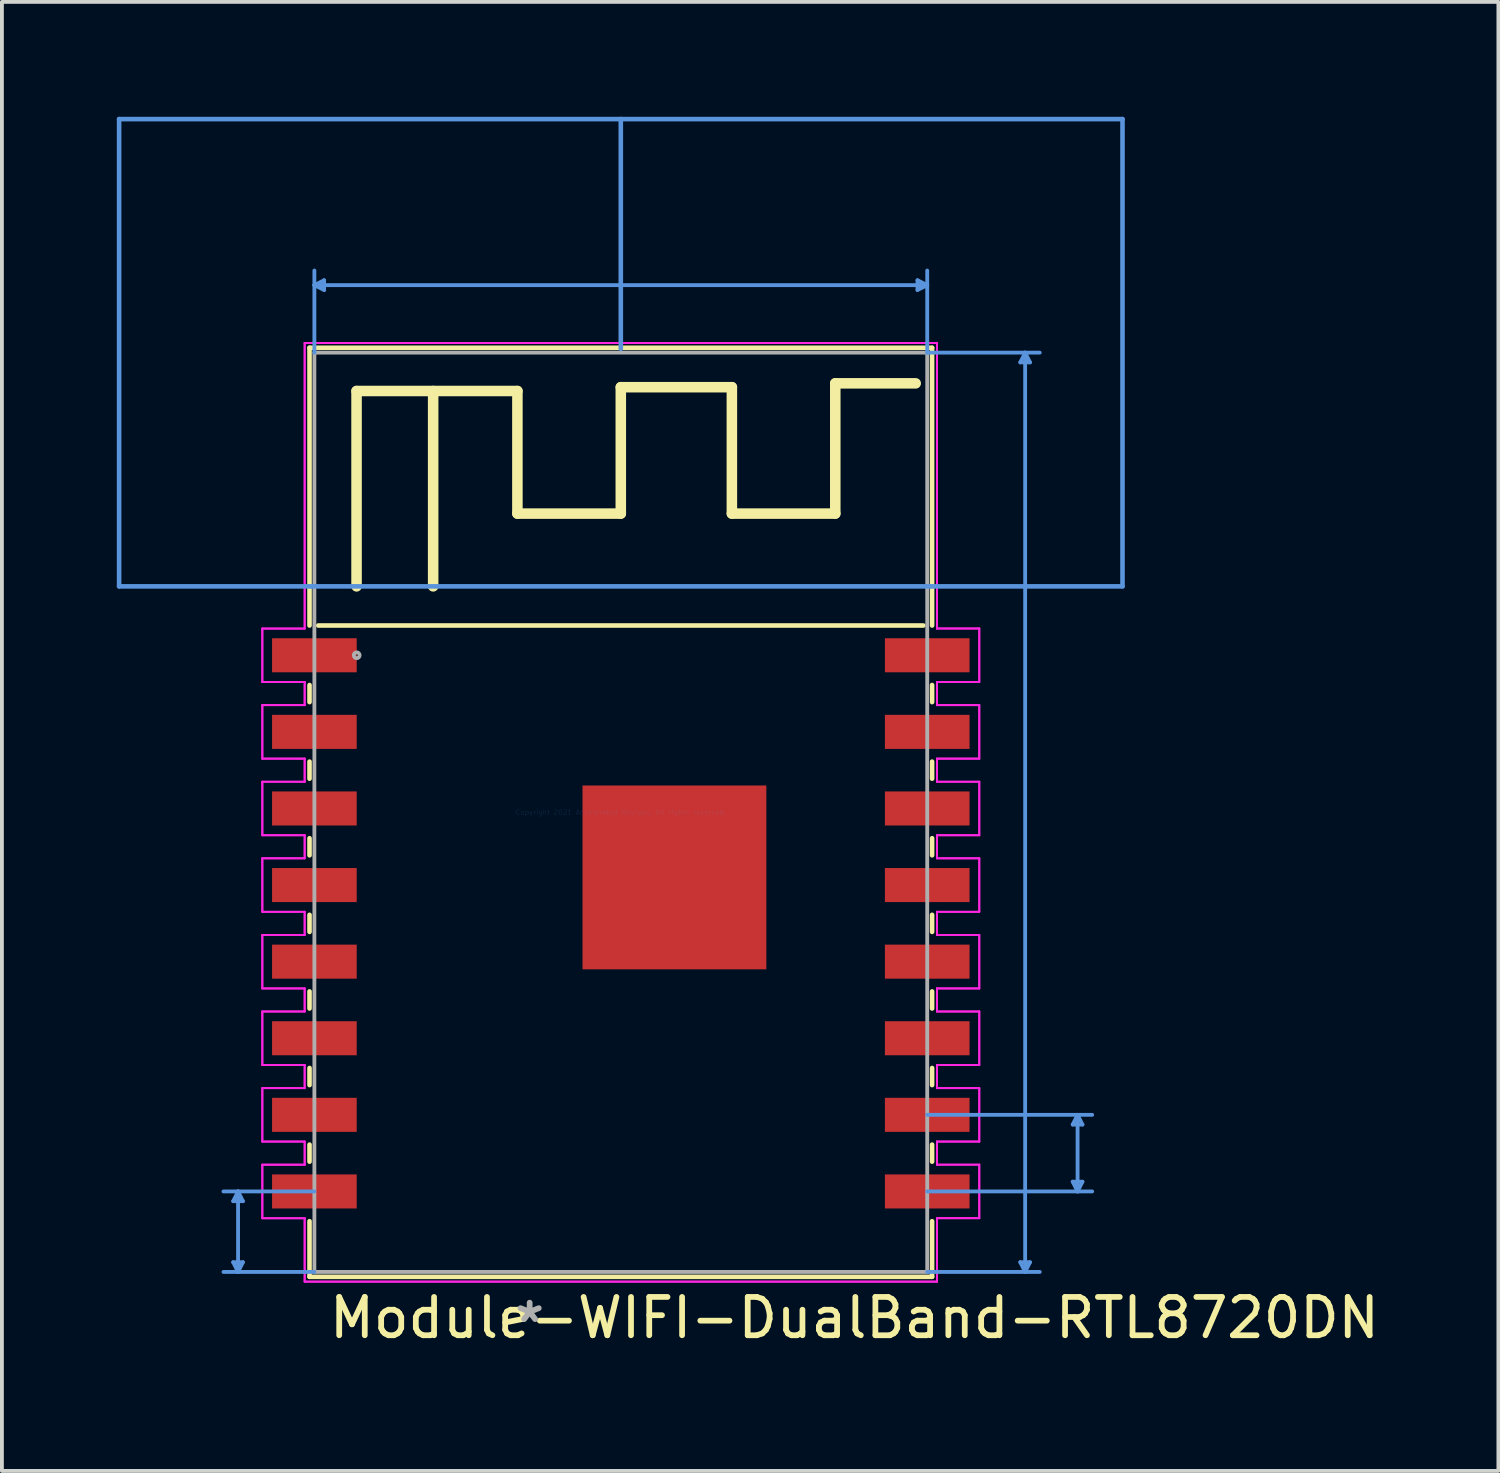
<source format=kicad_pcb>
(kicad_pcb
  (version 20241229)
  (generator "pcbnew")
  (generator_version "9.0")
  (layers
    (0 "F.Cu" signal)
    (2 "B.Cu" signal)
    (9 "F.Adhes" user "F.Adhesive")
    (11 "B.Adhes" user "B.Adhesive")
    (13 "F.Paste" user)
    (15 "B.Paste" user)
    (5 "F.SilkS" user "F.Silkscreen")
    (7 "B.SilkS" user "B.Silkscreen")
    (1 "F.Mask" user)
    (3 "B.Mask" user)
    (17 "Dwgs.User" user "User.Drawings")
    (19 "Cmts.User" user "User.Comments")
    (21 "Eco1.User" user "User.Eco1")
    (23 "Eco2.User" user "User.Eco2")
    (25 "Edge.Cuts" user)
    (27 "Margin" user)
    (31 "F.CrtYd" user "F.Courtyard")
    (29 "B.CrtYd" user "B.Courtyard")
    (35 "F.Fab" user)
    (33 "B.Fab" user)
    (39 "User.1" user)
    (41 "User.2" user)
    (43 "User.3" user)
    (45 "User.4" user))
  (footprint "Module-WIFI-DualBand-RTL8720DN"
    (layer "F.Cu")
    (at 13.16 18.16)
    (property "Reference" "Module-WIFI-DualBand-RTL8720DN" (at 6.1 13.2 0) (layer "F.SilkS") (effects (font (size 1 1) (thickness 0.15))))
    (attr through_hole)
    (fp_line (start -8.128 -12.129) (end 8.128 -12.129) (stroke (width 0.12) (type solid)) (layer "F.SilkS"))
    (fp_line (start -8.128 -4.877) (end -8.128 -12.129) (stroke (width 0.12) (type solid)) (layer "F.SilkS"))
    (fp_line (start -8.128 -2.877) (end -8.128 -3.323) (stroke (width 0.12) (type solid)) (layer "F.SilkS"))
    (fp_line (start -8.128 -0.877) (end -8.128 -1.323) (stroke (width 0.12) (type solid)) (layer "F.SilkS"))
    (fp_line (start -8.128 1.123) (end -8.128 0.677) (stroke (width 0.12) (type solid)) (layer "F.SilkS"))
    (fp_line (start -8.128 3.123) (end -8.128 2.677) (stroke (width 0.12) (type solid)) (layer "F.SilkS"))
    (fp_line (start -8.128 5.123) (end -8.128 4.677) (stroke (width 0.12) (type solid)) (layer "F.SilkS"))
    (fp_line (start -8.128 7.123) (end -8.128 6.677) (stroke (width 0.12) (type solid)) (layer "F.SilkS"))
    (fp_line (start -8.128 9.123) (end -8.128 8.677) (stroke (width 0.12) (type solid)) (layer "F.SilkS"))
    (fp_line (start -8.128 12.129) (end -8.128 10.677) (stroke (width 0.12) (type solid)) (layer "F.SilkS"))
    (fp_line (start -7.9 -4.877) (end 7.9 -4.877) (stroke (width 0.12) (type solid)) (layer "F.SilkS"))
    (fp_line (start -6.9 -11) (end -2.7 -11) (stroke (width 0.275) (type solid)) (layer "F.SilkS"))
    (fp_line (start -6.9 -5.9) (end -6.9 -11) (stroke (width 0.275) (type solid)) (layer "F.SilkS"))
    (fp_line (start -4.9 -11) (end -4.9 -5.9) (stroke (width 0.275) (type solid)) (layer "F.SilkS"))
    (fp_line (start -2.7 -11) (end -2.7 -7.8) (stroke (width 0.275) (type solid)) (layer "F.SilkS"))
    (fp_line (start -2.7 -7.8) (end 0 -7.8) (stroke (width 0.275) (type solid)) (layer "F.SilkS"))
    (fp_line (start 0 -11.1) (end 2.9 -11.1) (stroke (width 0.275) (type solid)) (layer "F.SilkS"))
    (fp_line (start 0 -7.8) (end 0 -11.1) (stroke (width 0.275) (type solid)) (layer "F.SilkS"))
    (fp_line (start 2.9 -11.1) (end 2.9 -7.8) (stroke (width 0.275) (type solid)) (layer "F.SilkS"))
    (fp_line (start 2.9 -7.8) (end 5.6 -7.8) (stroke (width 0.275) (type solid)) (layer "F.SilkS"))
    (fp_line (start 5.6 -11.2) (end 7.7 -11.2) (stroke (width 0.275) (type solid)) (layer "F.SilkS"))
    (fp_line (start 5.6 -7.8) (end 5.6 -11.2) (stroke (width 0.275) (type solid)) (layer "F.SilkS"))
    (fp_line (start 8.128 -12.129) (end 8.128 -4.877) (stroke (width 0.12) (type solid)) (layer "F.SilkS"))
    (fp_line (start 8.128 -3.323) (end 8.128 -2.877) (stroke (width 0.12) (type solid)) (layer "F.SilkS"))
    (fp_line (start 8.128 -1.323) (end 8.128 -0.877) (stroke (width 0.12) (type solid)) (layer "F.SilkS"))
    (fp_line (start 8.128 0.677) (end 8.128 1.123) (stroke (width 0.12) (type solid)) (layer "F.SilkS"))
    (fp_line (start 8.128 2.677) (end 8.128 3.123) (stroke (width 0.12) (type solid)) (layer "F.SilkS"))
    (fp_line (start 8.128 4.677) (end 8.128 5.123) (stroke (width 0.12) (type solid)) (layer "F.SilkS"))
    (fp_line (start 8.128 6.677) (end 8.128 7.123) (stroke (width 0.12) (type solid)) (layer "F.SilkS"))
    (fp_line (start 8.128 8.677) (end 8.128 9.123) (stroke (width 0.12) (type solid)) (layer "F.SilkS"))
    (fp_line (start 8.128 10.677) (end 8.128 12.129) (stroke (width 0.12) (type solid)) (layer "F.SilkS"))
    (fp_line (start 8.128 12.129) (end -8.128 12.129) (stroke (width 0.12) (type solid)) (layer "F.SilkS"))
    (fp_line (start -13.1 -18.1) (end 0 -18.1) (stroke (width 0.12) (type solid)) (layer "Cmts.User"))
    (fp_line (start -13.1 -5.9) (end -13.1 -18.1) (stroke (width 0.12) (type solid)) (layer "Cmts.User"))
    (fp_line (start -10.121 11.748) (end -9.994 12.002) (stroke (width 0.1) (type solid)) (layer "Cmts.User"))
    (fp_line (start -10.121 10.154) (end -9.994 9.9) (stroke (width 0.1) (type solid)) (layer "Cmts.User"))
    (fp_line (start -10.121 10.154) (end -9.867 10.154) (stroke (width 0.1) (type solid)) (layer "Cmts.User"))
    (fp_line (start -9.994 9.9) (end -9.994 12.002) (stroke (width 0.1) (type solid)) (layer "Cmts.User"))
    (fp_line (start -9.867 11.748) (end -10.121 11.748) (stroke (width 0.1) (type solid)) (layer "Cmts.User"))
    (fp_line (start -9.867 11.748) (end -9.994 12.002) (stroke (width 0.1) (type solid)) (layer "Cmts.User"))
    (fp_line (start -9.867 10.154) (end -9.994 9.9) (stroke (width 0.1) (type solid)) (layer "Cmts.User"))
    (fp_line (start -8.1 -5.9) (end -13.1 -5.9) (stroke (width 0.12) (type solid)) (layer "Cmts.User"))
    (fp_line (start -8.1 -5.9) (end 8.1 -5.9) (stroke (width 0.12) (type solid)) (layer "Cmts.User"))
    (fp_line (start -8.001 -13.765) (end 8.001 -13.765) (stroke (width 0.1) (type solid)) (layer "Cmts.User"))
    (fp_line (start -8.001 -12.002) (end -8.001 -14.146) (stroke (width 0.1) (type solid)) (layer "Cmts.User"))
    (fp_line (start -8.001 9.9) (end -10.375 9.9) (stroke (width 0.1) (type solid)) (layer "Cmts.User"))
    (fp_line (start -8.001 12.002) (end -10.375 12.002) (stroke (width 0.1) (type solid)) (layer "Cmts.User"))
    (fp_line (start -7.747 -13.892) (end -8.001 -13.765) (stroke (width 0.1) (type solid)) (layer "Cmts.User"))
    (fp_line (start -7.747 -13.638) (end -8.001 -13.765) (stroke (width 0.1) (type solid)) (layer "Cmts.User"))
    (fp_line (start -7.747 -13.638) (end -7.747 -13.892) (stroke (width 0.1) (type solid)) (layer "Cmts.User"))
    (fp_line (start 0 -18.1) (end 13.1 -18.1) (stroke (width 0.12) (type solid)) (layer "Cmts.User"))
    (fp_line (start 0 -12.1) (end 0 -18.1) (stroke (width 0.12) (type solid)) (layer "Cmts.User"))
    (fp_line (start 7.747 -13.892) (end 7.747 -13.638) (stroke (width 0.1) (type solid)) (layer "Cmts.User"))
    (fp_line (start 7.747 -13.892) (end 8.001 -13.765) (stroke (width 0.1) (type solid)) (layer "Cmts.User"))
    (fp_line (start 7.747 -13.638) (end 8.001 -13.765) (stroke (width 0.1) (type solid)) (layer "Cmts.User"))
    (fp_line (start 8.001 -12.002) (end 8.001 -14.146) (stroke (width 0.1) (type solid)) (layer "Cmts.User"))
    (fp_line (start 8.001 -12.002) (end 10.939 -12.002) (stroke (width 0.1) (type solid)) (layer "Cmts.User"))
    (fp_line (start 8.001 7.9) (end 12.308 7.9) (stroke (width 0.1) (type solid)) (layer "Cmts.User"))
    (fp_line (start 8.001 9.9) (end 12.308 9.9) (stroke (width 0.1) (type solid)) (layer "Cmts.User"))
    (fp_line (start 8.001 12.002) (end 10.939 12.002) (stroke (width 0.1) (type solid)) (layer "Cmts.User"))
    (fp_line (start 8.1 -5.9) (end 13.1 -5.9) (stroke (width 0.12) (type solid)) (layer "Cmts.User"))
    (fp_line (start 10.431 11.748) (end 10.558 12.002) (stroke (width 0.1) (type solid)) (layer "Cmts.User"))
    (fp_line (start 10.431 -11.748) (end 10.558 -12.002) (stroke (width 0.1) (type solid)) (layer "Cmts.User"))
    (fp_line (start 10.431 -11.748) (end 10.685 -11.748) (stroke (width 0.1) (type solid)) (layer "Cmts.User"))
    (fp_line (start 10.558 -12.002) (end 10.558 12.002) (stroke (width 0.1) (type solid)) (layer "Cmts.User"))
    (fp_line (start 10.685 11.748) (end 10.431 11.748) (stroke (width 0.1) (type solid)) (layer "Cmts.User"))
    (fp_line (start 10.685 11.748) (end 10.558 12.002) (stroke (width 0.1) (type solid)) (layer "Cmts.User"))
    (fp_line (start 10.685 -11.748) (end 10.558 -12.002) (stroke (width 0.1) (type solid)) (layer "Cmts.User"))
    (fp_line (start 11.8 9.646) (end 11.927 9.9) (stroke (width 0.1) (type solid)) (layer "Cmts.User"))
    (fp_line (start 11.8 8.154) (end 11.927 7.9) (stroke (width 0.1) (type solid)) (layer "Cmts.User"))
    (fp_line (start 11.8 8.154) (end 12.054 8.154) (stroke (width 0.1) (type solid)) (layer "Cmts.User"))
    (fp_line (start 11.927 9.9) (end 11.927 7.9) (stroke (width 0.1) (type solid)) (layer "Cmts.User"))
    (fp_line (start 12.054 9.646) (end 11.8 9.646) (stroke (width 0.1) (type solid)) (layer "Cmts.User"))
    (fp_line (start 12.054 9.646) (end 11.927 9.9) (stroke (width 0.1) (type solid)) (layer "Cmts.User"))
    (fp_line (start 12.054 8.154) (end 11.927 7.9) (stroke (width 0.1) (type solid)) (layer "Cmts.User"))
    (fp_line (start 13.1 -18.1) (end 13.1 -5.9) (stroke (width 0.12) (type solid)) (layer "Cmts.User"))
    (fp_line (start -9.36 -4.798) (end -9.36 -3.401) (stroke (width 0.05) (type solid)) (layer "F.CrtYd"))
    (fp_line (start -9.36 -4.798) (end -9.36 -3.401) (stroke (width 0.05) (type solid)) (layer "F.CrtYd"))
    (fp_line (start -9.36 -3.401) (end -8.255 -3.401) (stroke (width 0.05) (type solid)) (layer "F.CrtYd"))
    (fp_line (start -9.36 -3.401) (end -8.255 -3.401) (stroke (width 0.05) (type solid)) (layer "F.CrtYd"))
    (fp_line (start -9.36 -2.799) (end -9.36 -1.401) (stroke (width 0.05) (type solid)) (layer "F.CrtYd"))
    (fp_line (start -9.36 -2.799) (end -9.36 -1.401) (stroke (width 0.05) (type solid)) (layer "F.CrtYd"))
    (fp_line (start -9.36 -1.401) (end -8.255 -1.401) (stroke (width 0.05) (type solid)) (layer "F.CrtYd"))
    (fp_line (start -9.36 -1.401) (end -8.255 -1.401) (stroke (width 0.05) (type solid)) (layer "F.CrtYd"))
    (fp_line (start -9.36 -0.798) (end -9.36 0.599) (stroke (width 0.05) (type solid)) (layer "F.CrtYd"))
    (fp_line (start -9.36 -0.798) (end -9.36 0.599) (stroke (width 0.05) (type solid)) (layer "F.CrtYd"))
    (fp_line (start -9.36 0.599) (end -8.255 0.599) (stroke (width 0.05) (type solid)) (layer "F.CrtYd"))
    (fp_line (start -9.36 0.599) (end -8.255 0.599) (stroke (width 0.05) (type solid)) (layer "F.CrtYd"))
    (fp_line (start -9.36 1.201) (end -9.36 2.598) (stroke (width 0.05) (type solid)) (layer "F.CrtYd"))
    (fp_line (start -9.36 1.201) (end -9.36 2.598) (stroke (width 0.05) (type solid)) (layer "F.CrtYd"))
    (fp_line (start -9.36 2.598) (end -8.255 2.598) (stroke (width 0.05) (type solid)) (layer "F.CrtYd"))
    (fp_line (start -9.36 2.598) (end -8.255 2.598) (stroke (width 0.05) (type solid)) (layer "F.CrtYd"))
    (fp_line (start -9.36 3.202) (end -9.36 4.599) (stroke (width 0.05) (type solid)) (layer "F.CrtYd"))
    (fp_line (start -9.36 3.202) (end -9.36 4.599) (stroke (width 0.05) (type solid)) (layer "F.CrtYd"))
    (fp_line (start -9.36 4.599) (end -8.255 4.599) (stroke (width 0.05) (type solid)) (layer "F.CrtYd"))
    (fp_line (start -9.36 4.599) (end -8.255 4.599) (stroke (width 0.05) (type solid)) (layer "F.CrtYd"))
    (fp_line (start -9.36 5.201) (end -9.36 6.598) (stroke (width 0.05) (type solid)) (layer "F.CrtYd"))
    (fp_line (start -9.36 5.201) (end -9.36 6.598) (stroke (width 0.05) (type solid)) (layer "F.CrtYd"))
    (fp_line (start -9.36 6.598) (end -8.255 6.598) (stroke (width 0.05) (type solid)) (layer "F.CrtYd"))
    (fp_line (start -9.36 6.598) (end -8.255 6.598) (stroke (width 0.05) (type solid)) (layer "F.CrtYd"))
    (fp_line (start -9.36 7.202) (end -9.36 8.598) (stroke (width 0.05) (type solid)) (layer "F.CrtYd"))
    (fp_line (start -9.36 7.202) (end -9.36 8.598) (stroke (width 0.05) (type solid)) (layer "F.CrtYd"))
    (fp_line (start -9.36 8.598) (end -8.255 8.598) (stroke (width 0.05) (type solid)) (layer "F.CrtYd"))
    (fp_line (start -9.36 8.598) (end -8.255 8.598) (stroke (width 0.05) (type solid)) (layer "F.CrtYd"))
    (fp_line (start -9.36 9.202) (end -9.36 10.599) (stroke (width 0.05) (type solid)) (layer "F.CrtYd"))
    (fp_line (start -9.36 9.202) (end -9.36 10.599) (stroke (width 0.05) (type solid)) (layer "F.CrtYd"))
    (fp_line (start -9.36 10.599) (end -8.255 10.599) (stroke (width 0.05) (type solid)) (layer "F.CrtYd"))
    (fp_line (start -9.36 10.599) (end -8.255 10.599) (stroke (width 0.05) (type solid)) (layer "F.CrtYd"))
    (fp_line (start -8.255 -12.255) (end -8.255 -4.798) (stroke (width 0.05) (type solid)) (layer "F.CrtYd"))
    (fp_line (start -8.255 -12.255) (end -8.255 -4.798) (stroke (width 0.05) (type solid)) (layer "F.CrtYd"))
    (fp_line (start -8.255 -4.798) (end -9.36 -4.798) (stroke (width 0.05) (type solid)) (layer "F.CrtYd"))
    (fp_line (start -8.255 -4.798) (end -9.36 -4.798) (stroke (width 0.05) (type solid)) (layer "F.CrtYd"))
    (fp_line (start -8.255 -3.401) (end -8.255 -2.799) (stroke (width 0.05) (type solid)) (layer "F.CrtYd"))
    (fp_line (start -8.255 -3.401) (end -8.255 -2.799) (stroke (width 0.05) (type solid)) (layer "F.CrtYd"))
    (fp_line (start -8.255 -2.799) (end -9.36 -2.799) (stroke (width 0.05) (type solid)) (layer "F.CrtYd"))
    (fp_line (start -8.255 -2.799) (end -9.36 -2.799) (stroke (width 0.05) (type solid)) (layer "F.CrtYd"))
    (fp_line (start -8.255 -1.401) (end -8.255 -0.798) (stroke (width 0.05) (type solid)) (layer "F.CrtYd"))
    (fp_line (start -8.255 -1.401) (end -8.255 -0.798) (stroke (width 0.05) (type solid)) (layer "F.CrtYd"))
    (fp_line (start -8.255 -0.798) (end -9.36 -0.798) (stroke (width 0.05) (type solid)) (layer "F.CrtYd"))
    (fp_line (start -8.255 -0.798) (end -9.36 -0.798) (stroke (width 0.05) (type solid)) (layer "F.CrtYd"))
    (fp_line (start -8.255 0.599) (end -8.255 1.201) (stroke (width 0.05) (type solid)) (layer "F.CrtYd"))
    (fp_line (start -8.255 0.599) (end -8.255 1.201) (stroke (width 0.05) (type solid)) (layer "F.CrtYd"))
    (fp_line (start -8.255 1.201) (end -9.36 1.201) (stroke (width 0.05) (type solid)) (layer "F.CrtYd"))
    (fp_line (start -8.255 1.201) (end -9.36 1.201) (stroke (width 0.05) (type solid)) (layer "F.CrtYd"))
    (fp_line (start -8.255 2.598) (end -8.255 3.202) (stroke (width 0.05) (type solid)) (layer "F.CrtYd"))
    (fp_line (start -8.255 2.598) (end -8.255 3.202) (stroke (width 0.05) (type solid)) (layer "F.CrtYd"))
    (fp_line (start -8.255 3.202) (end -9.36 3.202) (stroke (width 0.05) (type solid)) (layer "F.CrtYd"))
    (fp_line (start -8.255 3.202) (end -9.36 3.202) (stroke (width 0.05) (type solid)) (layer "F.CrtYd"))
    (fp_line (start -8.255 4.599) (end -8.255 5.201) (stroke (width 0.05) (type solid)) (layer "F.CrtYd"))
    (fp_line (start -8.255 4.599) (end -8.255 5.201) (stroke (width 0.05) (type solid)) (layer "F.CrtYd"))
    (fp_line (start -8.255 5.201) (end -9.36 5.201) (stroke (width 0.05) (type solid)) (layer "F.CrtYd"))
    (fp_line (start -8.255 5.201) (end -9.36 5.201) (stroke (width 0.05) (type solid)) (layer "F.CrtYd"))
    (fp_line (start -8.255 6.598) (end -8.255 7.202) (stroke (width 0.05) (type solid)) (layer "F.CrtYd"))
    (fp_line (start -8.255 6.598) (end -8.255 7.202) (stroke (width 0.05) (type solid)) (layer "F.CrtYd"))
    (fp_line (start -8.255 7.202) (end -9.36 7.202) (stroke (width 0.05) (type solid)) (layer "F.CrtYd"))
    (fp_line (start -8.255 7.202) (end -9.36 7.202) (stroke (width 0.05) (type solid)) (layer "F.CrtYd"))
    (fp_line (start -8.255 8.598) (end -8.255 9.202) (stroke (width 0.05) (type solid)) (layer "F.CrtYd"))
    (fp_line (start -8.255 8.598) (end -8.255 9.202) (stroke (width 0.05) (type solid)) (layer "F.CrtYd"))
    (fp_line (start -8.255 9.202) (end -9.36 9.202) (stroke (width 0.05) (type solid)) (layer "F.CrtYd"))
    (fp_line (start -8.255 9.202) (end -9.36 9.202) (stroke (width 0.05) (type solid)) (layer "F.CrtYd"))
    (fp_line (start -8.255 10.599) (end -8.255 12.255) (stroke (width 0.05) (type solid)) (layer "F.CrtYd"))
    (fp_line (start -8.255 10.599) (end -8.255 12.255) (stroke (width 0.05) (type solid)) (layer "F.CrtYd"))
    (fp_line (start -8.255 12.255) (end 8.255 12.255) (stroke (width 0.05) (type solid)) (layer "F.CrtYd"))
    (fp_line (start -8.255 12.255) (end 8.255 12.255) (stroke (width 0.05) (type solid)) (layer "F.CrtYd"))
    (fp_line (start 8.255 -12.255) (end -8.255 -12.255) (stroke (width 0.05) (type solid)) (layer "F.CrtYd"))
    (fp_line (start 8.255 -12.255) (end -8.255 -12.255) (stroke (width 0.05) (type solid)) (layer "F.CrtYd"))
    (fp_line (start 8.255 -4.799) (end 8.255 -12.255) (stroke (width 0.05) (type solid)) (layer "F.CrtYd"))
    (fp_line (start 8.255 -4.799) (end 8.255 -12.255) (stroke (width 0.05) (type solid)) (layer "F.CrtYd"))
    (fp_line (start 8.255 -3.402) (end 9.36 -3.402) (stroke (width 0.05) (type solid)) (layer "F.CrtYd"))
    (fp_line (start 8.255 -3.402) (end 9.36 -3.402) (stroke (width 0.05) (type solid)) (layer "F.CrtYd"))
    (fp_line (start 8.255 -2.799) (end 8.255 -3.402) (stroke (width 0.05) (type solid)) (layer "F.CrtYd"))
    (fp_line (start 8.255 -2.799) (end 8.255 -3.402) (stroke (width 0.05) (type solid)) (layer "F.CrtYd"))
    (fp_line (start 8.255 -1.401) (end 9.36 -1.401) (stroke (width 0.05) (type solid)) (layer "F.CrtYd"))
    (fp_line (start 8.255 -1.401) (end 9.36 -1.401) (stroke (width 0.05) (type solid)) (layer "F.CrtYd"))
    (fp_line (start 8.255 -0.798) (end 8.255 -1.401) (stroke (width 0.05) (type solid)) (layer "F.CrtYd"))
    (fp_line (start 8.255 -0.798) (end 8.255 -1.401) (stroke (width 0.05) (type solid)) (layer "F.CrtYd"))
    (fp_line (start 8.255 0.599) (end 9.36 0.599) (stroke (width 0.05) (type solid)) (layer "F.CrtYd"))
    (fp_line (start 8.255 0.599) (end 9.36 0.599) (stroke (width 0.05) (type solid)) (layer "F.CrtYd"))
    (fp_line (start 8.255 1.201) (end 8.255 0.599) (stroke (width 0.05) (type solid)) (layer "F.CrtYd"))
    (fp_line (start 8.255 1.201) (end 8.255 0.599) (stroke (width 0.05) (type solid)) (layer "F.CrtYd"))
    (fp_line (start 8.255 2.598) (end 9.36 2.598) (stroke (width 0.05) (type solid)) (layer "F.CrtYd"))
    (fp_line (start 8.255 2.598) (end 9.36 2.598) (stroke (width 0.05) (type solid)) (layer "F.CrtYd"))
    (fp_line (start 8.255 3.202) (end 8.255 2.598) (stroke (width 0.05) (type solid)) (layer "F.CrtYd"))
    (fp_line (start 8.255 3.202) (end 8.255 2.598) (stroke (width 0.05) (type solid)) (layer "F.CrtYd"))
    (fp_line (start 8.255 4.599) (end 9.36 4.599) (stroke (width 0.05) (type solid)) (layer "F.CrtYd"))
    (fp_line (start 8.255 4.599) (end 9.36 4.599) (stroke (width 0.05) (type solid)) (layer "F.CrtYd"))
    (fp_line (start 8.255 5.201) (end 8.255 4.599) (stroke (width 0.05) (type solid)) (layer "F.CrtYd"))
    (fp_line (start 8.255 5.201) (end 8.255 4.599) (stroke (width 0.05) (type solid)) (layer "F.CrtYd"))
    (fp_line (start 8.255 6.598) (end 9.36 6.598) (stroke (width 0.05) (type solid)) (layer "F.CrtYd"))
    (fp_line (start 8.255 6.598) (end 9.36 6.598) (stroke (width 0.05) (type solid)) (layer "F.CrtYd"))
    (fp_line (start 8.255 7.202) (end 8.255 6.598) (stroke (width 0.05) (type solid)) (layer "F.CrtYd"))
    (fp_line (start 8.255 7.202) (end 8.255 6.598) (stroke (width 0.05) (type solid)) (layer "F.CrtYd"))
    (fp_line (start 8.255 8.598) (end 9.36 8.598) (stroke (width 0.05) (type solid)) (layer "F.CrtYd"))
    (fp_line (start 8.255 8.598) (end 9.36 8.598) (stroke (width 0.05) (type solid)) (layer "F.CrtYd"))
    (fp_line (start 8.255 9.201) (end 8.255 8.598) (stroke (width 0.05) (type solid)) (layer "F.CrtYd"))
    (fp_line (start 8.255 9.201) (end 8.255 8.598) (stroke (width 0.05) (type solid)) (layer "F.CrtYd"))
    (fp_line (start 8.255 10.598) (end 9.36 10.598) (stroke (width 0.05) (type solid)) (layer "F.CrtYd"))
    (fp_line (start 8.255 10.598) (end 9.36 10.598) (stroke (width 0.05) (type solid)) (layer "F.CrtYd"))
    (fp_line (start 8.255 12.255) (end 8.255 10.598) (stroke (width 0.05) (type solid)) (layer "F.CrtYd"))
    (fp_line (start 8.255 12.255) (end 8.255 10.598) (stroke (width 0.05) (type solid)) (layer "F.CrtYd"))
    (fp_line (start 9.36 -4.799) (end 8.255 -4.799) (stroke (width 0.05) (type solid)) (layer "F.CrtYd"))
    (fp_line (start 9.36 -4.799) (end 8.255 -4.799) (stroke (width 0.05) (type solid)) (layer "F.CrtYd"))
    (fp_line (start 9.36 -3.402) (end 9.36 -4.799) (stroke (width 0.05) (type solid)) (layer "F.CrtYd"))
    (fp_line (start 9.36 -3.402) (end 9.36 -4.799) (stroke (width 0.05) (type solid)) (layer "F.CrtYd"))
    (fp_line (start 9.36 -2.799) (end 8.255 -2.799) (stroke (width 0.05) (type solid)) (layer "F.CrtYd"))
    (fp_line (start 9.36 -2.799) (end 8.255 -2.799) (stroke (width 0.05) (type solid)) (layer "F.CrtYd"))
    (fp_line (start 9.36 -1.401) (end 9.36 -2.799) (stroke (width 0.05) (type solid)) (layer "F.CrtYd"))
    (fp_line (start 9.36 -1.401) (end 9.36 -2.799) (stroke (width 0.05) (type solid)) (layer "F.CrtYd"))
    (fp_line (start 9.36 -0.798) (end 8.255 -0.798) (stroke (width 0.05) (type solid)) (layer "F.CrtYd"))
    (fp_line (start 9.36 -0.798) (end 8.255 -0.798) (stroke (width 0.05) (type solid)) (layer "F.CrtYd"))
    (fp_line (start 9.36 0.599) (end 9.36 -0.798) (stroke (width 0.05) (type solid)) (layer "F.CrtYd"))
    (fp_line (start 9.36 0.599) (end 9.36 -0.798) (stroke (width 0.05) (type solid)) (layer "F.CrtYd"))
    (fp_line (start 9.36 1.201) (end 8.255 1.201) (stroke (width 0.05) (type solid)) (layer "F.CrtYd"))
    (fp_line (start 9.36 1.201) (end 8.255 1.201) (stroke (width 0.05) (type solid)) (layer "F.CrtYd"))
    (fp_line (start 9.36 2.598) (end 9.36 1.201) (stroke (width 0.05) (type solid)) (layer "F.CrtYd"))
    (fp_line (start 9.36 2.598) (end 9.36 1.201) (stroke (width 0.05) (type solid)) (layer "F.CrtYd"))
    (fp_line (start 9.36 3.202) (end 8.255 3.202) (stroke (width 0.05) (type solid)) (layer "F.CrtYd"))
    (fp_line (start 9.36 3.202) (end 8.255 3.202) (stroke (width 0.05) (type solid)) (layer "F.CrtYd"))
    (fp_line (start 9.36 4.599) (end 9.36 3.202) (stroke (width 0.05) (type solid)) (layer "F.CrtYd"))
    (fp_line (start 9.36 4.599) (end 9.36 3.202) (stroke (width 0.05) (type solid)) (layer "F.CrtYd"))
    (fp_line (start 9.36 5.201) (end 8.255 5.201) (stroke (width 0.05) (type solid)) (layer "F.CrtYd"))
    (fp_line (start 9.36 5.201) (end 8.255 5.201) (stroke (width 0.05) (type solid)) (layer "F.CrtYd"))
    (fp_line (start 9.36 6.598) (end 9.36 5.201) (stroke (width 0.05) (type solid)) (layer "F.CrtYd"))
    (fp_line (start 9.36 6.598) (end 9.36 5.201) (stroke (width 0.05) (type solid)) (layer "F.CrtYd"))
    (fp_line (start 9.36 7.202) (end 8.255 7.202) (stroke (width 0.05) (type solid)) (layer "F.CrtYd"))
    (fp_line (start 9.36 7.202) (end 8.255 7.202) (stroke (width 0.05) (type solid)) (layer "F.CrtYd"))
    (fp_line (start 9.36 8.598) (end 9.36 7.202) (stroke (width 0.05) (type solid)) (layer "F.CrtYd"))
    (fp_line (start 9.36 8.598) (end 9.36 7.202) (stroke (width 0.05) (type solid)) (layer "F.CrtYd"))
    (fp_line (start 9.36 9.201) (end 8.255 9.201) (stroke (width 0.05) (type solid)) (layer "F.CrtYd"))
    (fp_line (start 9.36 9.201) (end 8.255 9.201) (stroke (width 0.05) (type solid)) (layer "F.CrtYd"))
    (fp_line (start 9.36 10.598) (end 9.36 9.201) (stroke (width 0.05) (type solid)) (layer "F.CrtYd"))
    (fp_line (start 9.36 10.598) (end 9.36 9.201) (stroke (width 0.05) (type solid)) (layer "F.CrtYd"))
    (fp_line (start -8.001 -12.002) (end -8.001 12.002) (stroke (width 0.1) (type solid)) (layer "F.Fab"))
    (fp_line (start -8.001 12.002) (end 8.001 12.002) (stroke (width 0.1) (type solid)) (layer "F.Fab"))
    (fp_line (start 8.001 -12.002) (end -8.001 -12.002) (stroke (width 0.1) (type solid)) (layer "F.Fab"))
    (fp_line (start 8.001 12.002) (end 8.001 -12.002) (stroke (width 0.1) (type solid)) (layer "F.Fab"))
    (fp_circle (center -6.896 -4.1) (end -6.82 -4.1) (stroke (width 0.1) (type solid)) (fill no) (layer "F.Fab"))
    (fp_text user "Copyright 2021 Accelerated Designs. All rights reserved." (at 0 0 0) (layer "Cmts.User") (effects (font (size 0.127 0.127) (thickness 0.002))))
    (fp_text user "*" (at -2.38 13.35 0) (layer "F.Fab") (effects (font (size 1 1) (thickness 0.15))))
    (pad "1" smd rect (at -8.001 -4.1) (size 2.21 0.889) (layers "F.Cu" "F.Mask" "F.Paste"))
    (pad "2" smd rect (at -8.001 -2.1) (size 2.21 0.889) (layers "F.Cu" "F.Mask" "F.Paste"))
    (pad "3" smd rect (at -8.001 -0.1) (size 2.21 0.889) (layers "F.Cu" "F.Mask" "F.Paste"))
    (pad "4" smd rect (at -8.001 1.9) (size 2.21 0.889) (layers "F.Cu" "F.Mask" "F.Paste"))
    (pad "5" smd rect (at -8.001 3.9) (size 2.21 0.889) (layers "F.Cu" "F.Mask" "F.Paste"))
    (pad "6" smd rect (at -8.001 5.9) (size 2.21 0.889) (layers "F.Cu" "F.Mask" "F.Paste"))
    (pad "7" smd rect (at -8.001 7.9) (size 2.21 0.889) (layers "F.Cu" "F.Mask" "F.Paste"))
    (pad "8" smd rect (at -8.001 9.9) (size 2.21 0.889) (layers "F.Cu" "F.Mask" "F.Paste"))
    (pad "9" smd rect (at 1.4 1.7) (size 4.8 4.8) (layers "F.Cu" "F.Mask" "F.Paste"))
    (pad "9" smd rect (at 8.001 9.9) (size 2.21 0.889) (layers "F.Cu" "F.Mask" "F.Paste"))
    (pad "10" smd rect (at 8.001 7.9) (size 2.21 0.889) (layers "F.Cu" "F.Mask" "F.Paste"))
    (pad "11" smd rect (at 8.001 5.9) (size 2.21 0.889) (layers "F.Cu" "F.Mask" "F.Paste"))
    (pad "12" smd rect (at 8.001 3.9) (size 2.21 0.889) (layers "F.Cu" "F.Mask" "F.Paste"))
    (pad "13" smd rect (at 8.001 1.9) (size 2.21 0.889) (layers "F.Cu" "F.Mask" "F.Paste"))
    (pad "14" smd rect (at 8.001 -0.1) (size 2.21 0.889) (layers "F.Cu" "F.Mask" "F.Paste"))
    (pad "15" smd rect (at 8.001 -2.1) (size 2.21 0.889) (layers "F.Cu" "F.Mask" "F.Paste"))
    (pad "16" smd rect (at 8.001 -4.1) (size 2.21 0.889) (layers "F.Cu" "F.Mask" "F.Paste"))
    (zone (net_name "") (layers "F.Cu" "B.Cu" "Cmts.User") (hatch edge 0.508) (connect_pads) (min_thickness 0.254) (filled_areas_thickness no) (keepout (tracks not_allowed) (vias not_allowed) (pads not_allowed) (copperpour not_allowed) (footprints not_allowed)) (placement (enabled no)) (fill) (polygon (pts (xy 26.26 12.26) (xy 0.06 12.26) (xy 0.06 0.06) (xy 26.26 0.06)))))
  (gr_rect
    (start -3 -3)
    (end 36.075 35.358)
    (stroke (width 0.1) (type default))
    (fill no)
    (layer "Edge.Cuts")))
</source>
